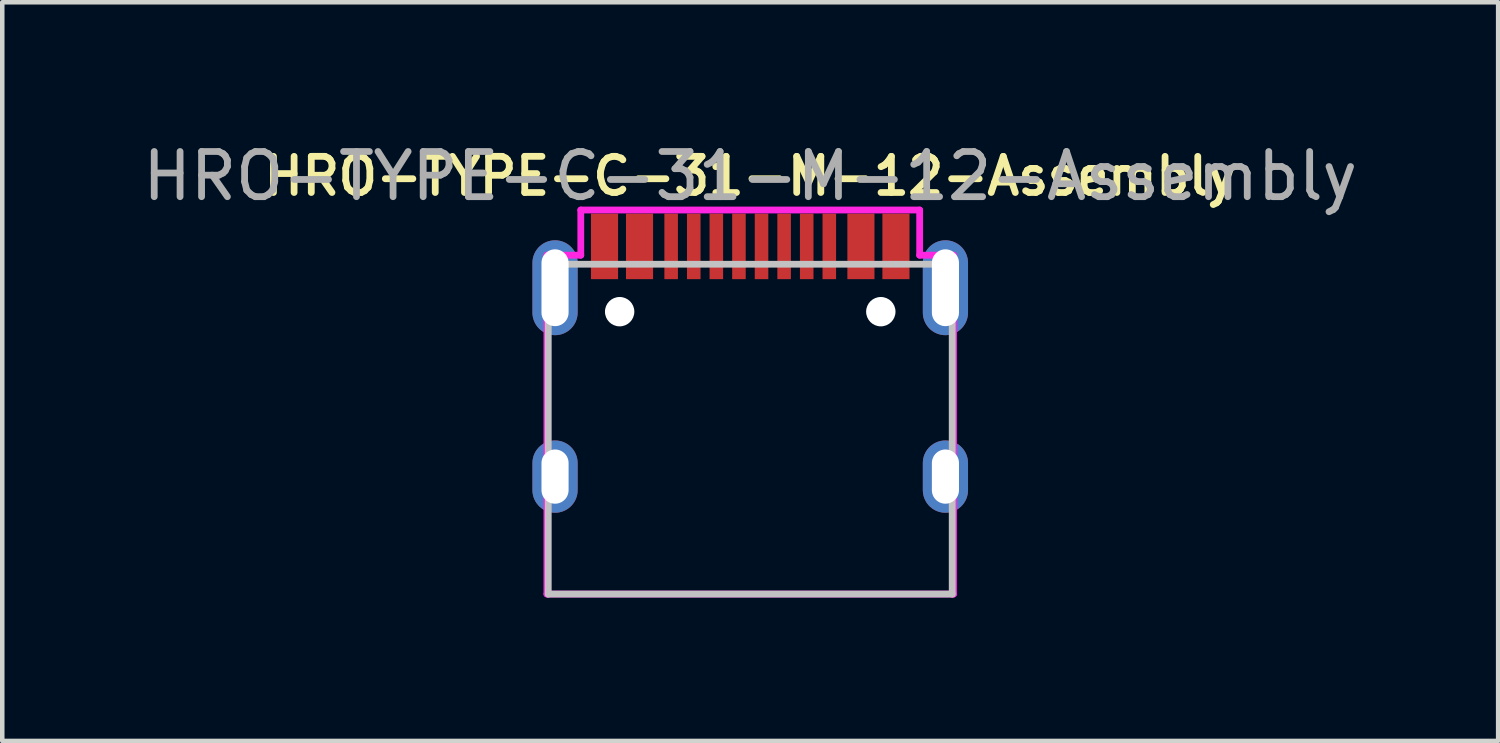
<source format=kicad_pcb>
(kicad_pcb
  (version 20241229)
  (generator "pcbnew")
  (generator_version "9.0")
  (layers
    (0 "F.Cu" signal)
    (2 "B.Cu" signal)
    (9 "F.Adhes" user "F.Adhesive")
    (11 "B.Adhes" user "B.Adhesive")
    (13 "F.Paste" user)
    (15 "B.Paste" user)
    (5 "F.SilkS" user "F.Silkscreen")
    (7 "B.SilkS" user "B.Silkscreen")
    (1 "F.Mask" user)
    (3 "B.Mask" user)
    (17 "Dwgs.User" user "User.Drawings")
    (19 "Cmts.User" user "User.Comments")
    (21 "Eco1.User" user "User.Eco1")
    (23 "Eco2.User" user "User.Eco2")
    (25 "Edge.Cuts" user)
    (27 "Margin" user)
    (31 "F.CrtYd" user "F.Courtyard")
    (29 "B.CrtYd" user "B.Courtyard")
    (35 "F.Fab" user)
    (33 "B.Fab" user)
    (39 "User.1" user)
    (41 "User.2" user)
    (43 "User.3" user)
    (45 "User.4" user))
  (footprint "HRO-TYPE-C-31-M-12-Assembly"
    (layer "F.Cu")
    (at 13.554 10.098)
    (property "Reference" "HRO-TYPE-C-31-M-12-Assembly" (at 0 -9.25 0) (layer "F.SilkS") (effects (font (size 0.8 0.8) (thickness 0.15))))
    (attr smd)
    (fp_line (start -4.47 -7.3) (end 4.47 -7.3) (stroke (width 0.15) (type solid)) (layer "Dwgs.User"))
    (fp_line (start -4.47 0) (end -4.47 -7.3) (stroke (width 0.15) (type solid)) (layer "Dwgs.User"))
    (fp_line (start -4.47 0) (end 4.47 0) (stroke (width 0.15) (type solid)) (layer "Dwgs.User"))
    (fp_line (start 4.47 0) (end 4.47 -7.3) (stroke (width 0.15) (type solid)) (layer "Dwgs.User"))
    (fp_line (start -4.5 -7.5) (end -3.75 -7.5) (stroke (width 0.15) (type solid)) (layer "F.CrtYd"))
    (fp_line (start -4.5 0) (end -4.5 -7.5) (stroke (width 0.15) (type solid)) (layer "F.CrtYd"))
    (fp_line (start -3.75 -8.5) (end 3.75 -8.5) (stroke (width 0.15) (type solid)) (layer "F.CrtYd"))
    (fp_line (start -3.75 -7.5) (end -3.75 -8.5) (stroke (width 0.15) (type solid)) (layer "F.CrtYd"))
    (fp_line (start 3.75 -8.5) (end 3.75 -7.5) (stroke (width 0.15) (type solid)) (layer "F.CrtYd"))
    (fp_line (start 4.5 -7.5) (end 3.75 -7.5) (stroke (width 0.15) (type solid)) (layer "F.CrtYd"))
    (fp_line (start 4.5 -7.5) (end 4.5 0) (stroke (width 0.15) (type solid)) (layer "F.CrtYd"))
    (fp_line (start 4.5 0) (end -4.5 0) (stroke (width 0.15) (type solid)) (layer "F.CrtYd"))
    (fp_text user "${REFERENCE}" (at 0 -9.25 0) (layer "F.Fab") (effects (font (size 1 1) (thickness 0.15))))
    (pad "" np_thru_hole circle (at -2.89 -6.25) (size 0.65 0.65) (drill 0.65) (layers "*.Cu" "*.Mask"))
    (pad "" np_thru_hole circle (at 2.89 -6.25) (size 0.65 0.65) (drill 0.65) (layers "*.Cu" "*.Mask"))
    (pad "1" smd rect (at -3.225 -7.695) (size 0.6 1.45) (layers "F.Cu" "F.Mask" "F.Paste"))
    (pad "2" smd rect (at -2.45 -7.695) (size 0.6 1.45) (layers "F.Cu" "F.Mask" "F.Paste"))
    (pad "3" smd rect (at -1.75 -7.695) (size 0.3 1.45) (layers "F.Cu" "F.Mask" "F.Paste"))
    (pad "4" smd rect (at -1.25 -7.695) (size 0.3 1.45) (layers "F.Cu" "F.Mask" "F.Paste"))
    (pad "5" smd rect (at -0.75 -7.695) (size 0.3 1.45) (layers "F.Cu" "F.Mask" "F.Paste"))
    (pad "6" smd rect (at -0.25 -7.695) (size 0.3 1.45) (layers "F.Cu" "F.Mask" "F.Paste"))
    (pad "7" smd rect (at 0.25 -7.695) (size 0.3 1.45) (layers "F.Cu" "F.Mask" "F.Paste"))
    (pad "8" smd rect (at 0.75 -7.695) (size 0.3 1.45) (layers "F.Cu" "F.Mask" "F.Paste"))
    (pad "9" smd rect (at 1.25 -7.695) (size 0.3 1.45) (layers "F.Cu" "F.Mask" "F.Paste"))
    (pad "10" smd rect (at 1.75 -7.695) (size 0.3 1.45) (layers "F.Cu" "F.Mask" "F.Paste"))
    (pad "11" smd rect (at 2.45 -7.695) (size 0.6 1.45) (layers "F.Cu" "F.Mask" "F.Paste"))
    (pad "12" smd rect (at 3.225 -7.695) (size 0.6 1.45) (layers "F.Cu" "F.Mask" "F.Paste"))
    (pad "13" thru_hole oval (at -4.32 -6.78) (size 1 2.1) (drill oval 0.6 1.7) (layers "*.Cu" "*.Mask"))
    (pad "13" thru_hole oval (at -4.32 -2.6) (size 1 1.6) (drill oval 0.6 1.2) (layers "*.Cu" "*.Mask"))
    (pad "13" thru_hole oval (at 4.32 -6.78) (size 1 2.1) (drill oval 0.6 1.7) (layers "*.Cu" "*.Mask"))
    (pad "13" thru_hole oval (at 4.32 -2.6) (size 1 1.6) (drill oval 0.6 1.2) (layers "*.Cu" "*.Mask")))
  (gr_rect
    (start -3 -3)
    (end 30.107 13.348)
    (stroke (width 0.1) (type default))
    (fill no)
    (layer "Edge.Cuts")))
</source>
